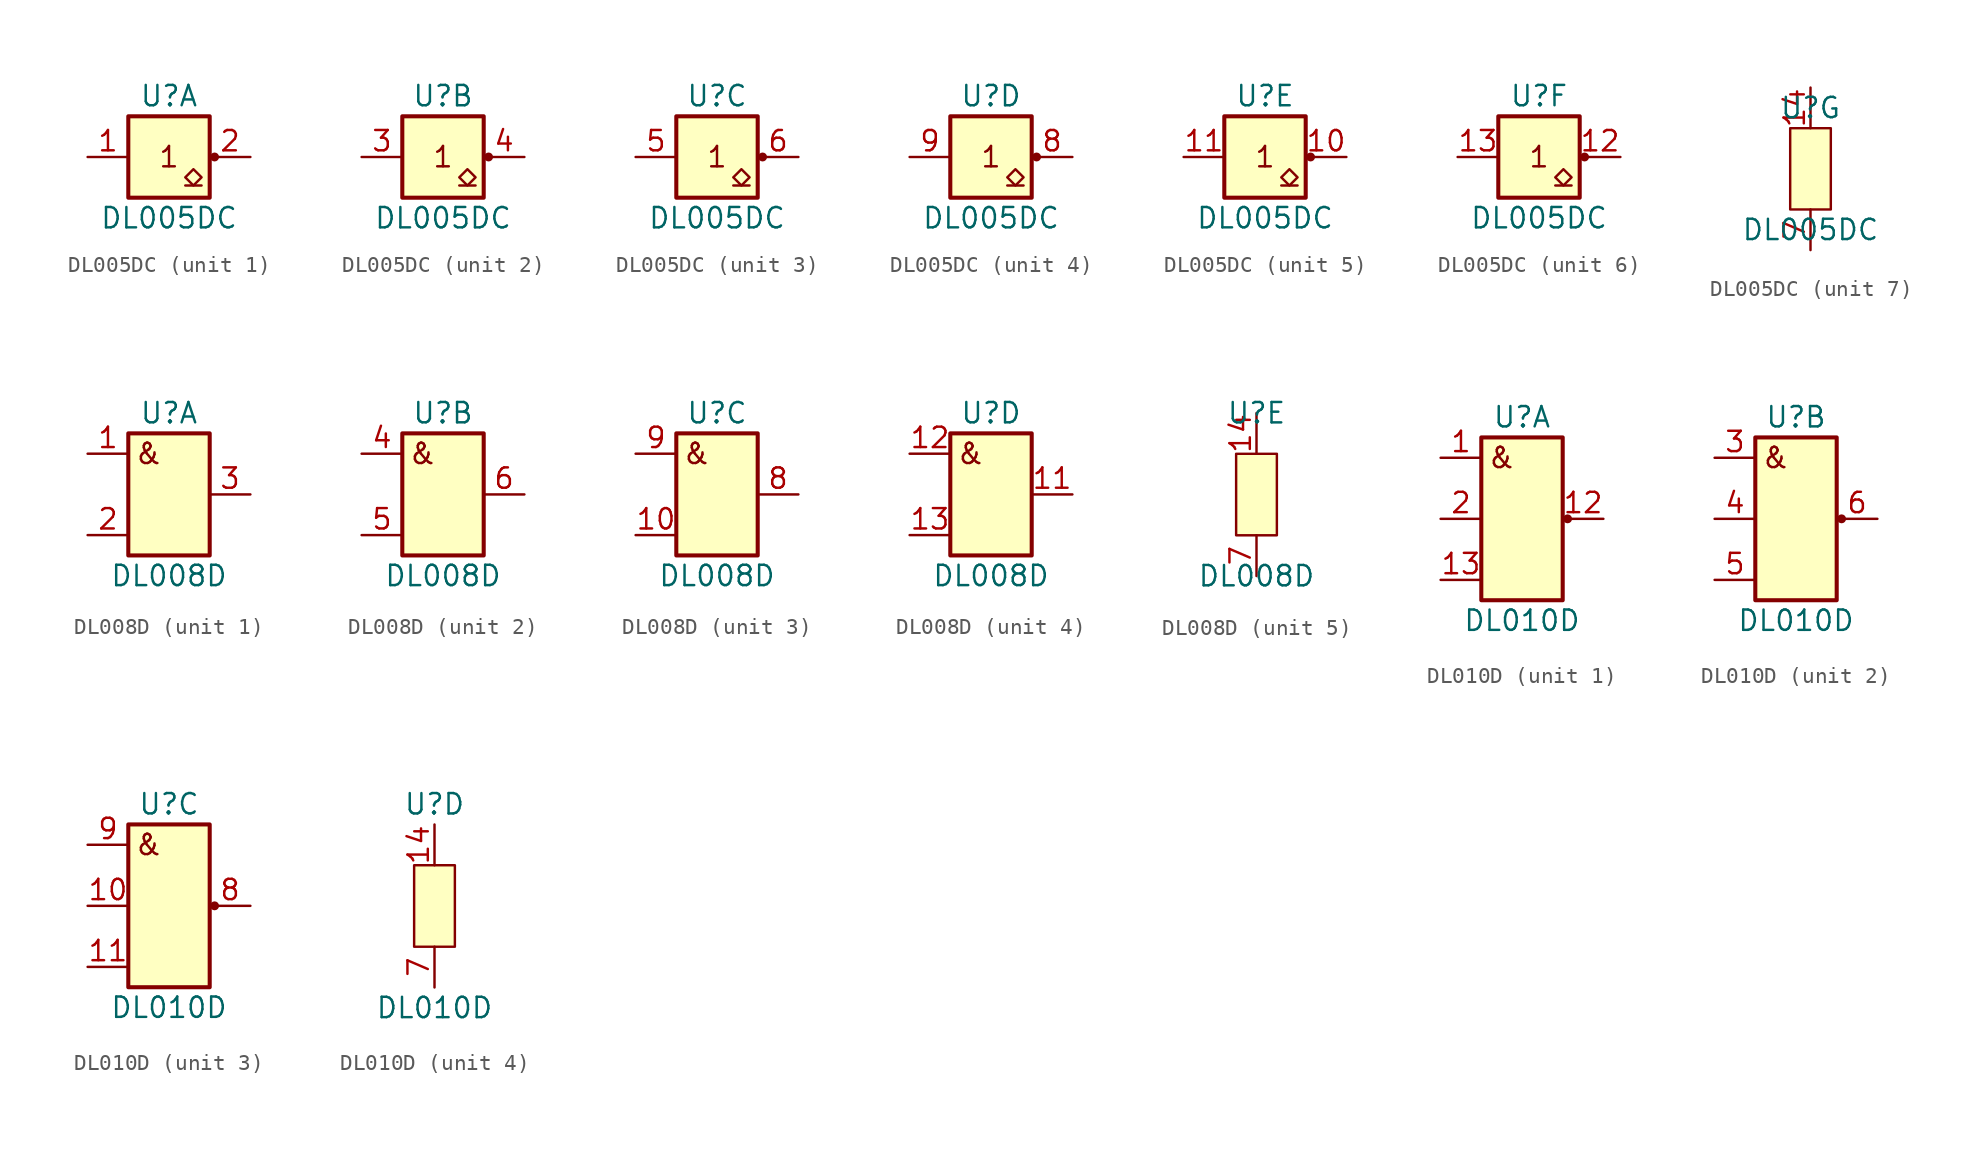
<source format=kicad_sym>
(kicad_symbol_lib
  (version 20211014)
  (generator kicad_symbol_editor)
  (symbol "DL005DC"
    (pin_names
      (offset 1.016) hide)
    (property "Reference" "U"
      (at 0 3.81 0)
      (effects (font (size 1.27 1.27))))
    (property "Value" "DL005DC"
      (at 0 -3.81 0)
      (effects (font (size 1.27 1.27))))
    (property "ki_locked" ""
      (at 0 0 0)
      (effects (font (size 1.27 1.27))))
    (symbol "DL005DC_1_0"
      (pin open_collector line (at 5.08 0 180) (length 2.54) (name "Y1" (effects (font (size 1.27 1.27)))) (number "2" (effects (font (size 1.27 1.27))))))
    (symbol "DL005DC_1_1"
      (rectangle (start -2.54 2.54) (end 2.54 -2.54) (stroke (width 0.254) (type default) (color 0 0 0 0)) (fill (type background)))
      (polyline (pts (xy 1.016 -1.778) (xy 2.032 -1.778)) (stroke (width 0) (type default) (color 0 0 0 0)) (fill (type none)))
      (polyline (pts (xy 1.524 -1.778) (xy 2.032 -1.27) (xy 1.524 -0.762) (xy 1.016 -1.27) (xy 1.524 -1.778)) (stroke (width 0) (type default) (color 0 0 0 0)) (fill (type none)))
      (circle (center 2.845 0) (radius 0.203) (stroke (width 0) (type default) (color 0 0 0 0)) (fill (type outline)))
      (text "1" (at 0 0 0) (effects (font (size 1.27 1.27))))
      (pin input line (at -5.08 0 0) (length 2.54) (name "A1" (effects (font (size 1.27 1.27)))) (number "1" (effects (font (size 1.27 1.27))))))
    (symbol "DL005DC_2_1"
      (rectangle (start -2.54 2.54) (end 2.54 -2.54) (stroke (width 0.254) (type default) (color 0 0 0 0)) (fill (type background)))
      (polyline (pts (xy 1.016 -1.778) (xy 2.032 -1.778)) (stroke (width 0) (type default) (color 0 0 0 0)) (fill (type none)))
      (polyline (pts (xy 1.524 -1.778) (xy 2.032 -1.27) (xy 1.524 -0.762) (xy 1.016 -1.27) (xy 1.524 -1.778)) (stroke (width 0) (type default) (color 0 0 0 0)) (fill (type none)))
      (circle (center 2.845 0) (radius 0.203) (stroke (width 0) (type default) (color 0 0 0 0)) (fill (type outline)))
      (text "1" (at 0 0 0) (effects (font (size 1.27 1.27))))
      (pin input line (at -5.08 0 0) (length 2.54) (name "A2" (effects (font (size 1.27 1.27)))) (number "3" (effects (font (size 1.27 1.27)))))
      (pin open_collector line (at 5.08 0 180) (length 2.54) (name "Y2" (effects (font (size 1.27 1.27)))) (number "4" (effects (font (size 1.27 1.27))))))
    (symbol "DL005DC_3_1"
      (rectangle (start -2.54 2.54) (end 2.54 -2.54) (stroke (width 0.254) (type default) (color 0 0 0 0)) (fill (type background)))
      (polyline (pts (xy 1.016 -1.778) (xy 2.032 -1.778)) (stroke (width 0) (type default) (color 0 0 0 0)) (fill (type none)))
      (polyline (pts (xy 1.524 -1.778) (xy 2.032 -1.27) (xy 1.524 -0.762) (xy 1.016 -1.27) (xy 1.524 -1.778)) (stroke (width 0) (type default) (color 0 0 0 0)) (fill (type none)))
      (circle (center 2.845 0) (radius 0.203) (stroke (width 0) (type default) (color 0 0 0 0)) (fill (type outline)))
      (text "1" (at 0 0 0) (effects (font (size 1.27 1.27))))
      (pin input line (at -5.08 0 0) (length 2.54) (name "A3" (effects (font (size 1.27 1.27)))) (number "5" (effects (font (size 1.27 1.27)))))
      (pin open_collector line (at 5.08 0 180) (length 2.54) (name "Y3" (effects (font (size 1.27 1.27)))) (number "6" (effects (font (size 1.27 1.27))))))
    (symbol "DL005DC_4_1"
      (rectangle (start -2.54 2.54) (end 2.54 -2.54) (stroke (width 0.254) (type default) (color 0 0 0 0)) (fill (type background)))
      (polyline (pts (xy 1.016 -1.778) (xy 2.032 -1.778)) (stroke (width 0) (type default) (color 0 0 0 0)) (fill (type none)))
      (polyline (pts (xy 1.524 -1.778) (xy 2.032 -1.27) (xy 1.524 -0.762) (xy 1.016 -1.27) (xy 1.524 -1.778)) (stroke (width 0) (type default) (color 0 0 0 0)) (fill (type none)))
      (circle (center 2.845 0) (radius 0.203) (stroke (width 0) (type default) (color 0 0 0 0)) (fill (type outline)))
      (text "1" (at 0 0 0) (effects (font (size 1.27 1.27))))
      (pin open_collector line (at 5.08 0 180) (length 2.54) (name "Y4" (effects (font (size 1.27 1.27)))) (number "8" (effects (font (size 1.27 1.27)))))
      (pin input line (at -5.08 0 0) (length 2.54) (name "A4" (effects (font (size 1.27 1.27)))) (number "9" (effects (font (size 1.27 1.27))))))
    (symbol "DL005DC_5_1"
      (rectangle (start -2.54 2.54) (end 2.54 -2.54) (stroke (width 0.254) (type default) (color 0 0 0 0)) (fill (type background)))
      (polyline (pts (xy 1.016 -1.778) (xy 2.032 -1.778)) (stroke (width 0) (type default) (color 0 0 0 0)) (fill (type none)))
      (polyline (pts (xy 1.524 -1.778) (xy 2.032 -1.27) (xy 1.524 -0.762) (xy 1.016 -1.27) (xy 1.524 -1.778)) (stroke (width 0) (type default) (color 0 0 0 0)) (fill (type none)))
      (circle (center 2.845 0) (radius 0.203) (stroke (width 0) (type default) (color 0 0 0 0)) (fill (type outline)))
      (text "1" (at 0 0 0) (effects (font (size 1.27 1.27))))
      (pin open_collector line (at 5.08 0 180) (length 2.54) (name "Y5" (effects (font (size 1.27 1.27)))) (number "10" (effects (font (size 1.27 1.27)))))
      (pin input line (at -5.08 0 0) (length 2.54) (name "A5" (effects (font (size 1.27 1.27)))) (number "11" (effects (font (size 1.27 1.27))))))
    (symbol "DL005DC_6_1"
      (rectangle (start -2.54 2.54) (end 2.54 -2.54) (stroke (width 0.254) (type default) (color 0 0 0 0)) (fill (type background)))
      (polyline (pts (xy 1.016 -1.778) (xy 2.032 -1.778)) (stroke (width 0) (type default) (color 0 0 0 0)) (fill (type none)))
      (polyline (pts (xy 1.524 -1.778) (xy 2.032 -1.27) (xy 1.524 -0.762) (xy 1.016 -1.27) (xy 1.524 -1.778)) (stroke (width 0) (type default) (color 0 0 0 0)) (fill (type none)))
      (circle (center 2.845 0) (radius 0.203) (stroke (width 0) (type default) (color 0 0 0 0)) (fill (type outline)))
      (text "1" (at 0 0 0) (effects (font (size 1.27 1.27))))
      (pin open_collector line (at 5.08 0 180) (length 2.54) (name "Y6" (effects (font (size 1.27 1.27)))) (number "12" (effects (font (size 1.27 1.27)))))
      (pin input line (at -5.08 0 0) (length 2.54) (name "A6" (effects (font (size 1.27 1.27)))) (number "13" (effects (font (size 1.27 1.27))))))
    (symbol "DL005DC_7_1"
      (rectangle (start -1.27 2.54) (end 1.27 -2.54) (stroke (width 0) (type default) (color 0 0 0 0)) (fill (type background)))
      (pin power_in line (at 0 5.08 270) (length 2.54) (name "Vcc" (effects (font (size 1.27 1.27)))) (number "14" (effects (font (size 1.27 1.27)))))
      (pin power_in line (at 0 -5.08 90) (length 2.54) (name "GND" (effects (font (size 1.27 1.27)))) (number "7" (effects (font (size 1.27 1.27)))))))
  (symbol "DL008D"
    (pin_names
      (offset 1.016) hide)
    (property "Reference" "U"
      (at 0 5.08 0)
      (effects (font (size 1.27 1.27))))
    (property "Value" "DL008D"
      (at 0 -5.08 0)
      (effects (font (size 1.27 1.27))))
    (property "ki_locked" ""
      (at 0 0 0)
      (effects (font (size 1.27 1.27))))
    (symbol "DL008D_1_0"
      (pin output line (at 5.08 0 180) (length 2.54) (name "Y1" (effects (font (size 1.27 1.27)))) (number "3" (effects (font (size 1.27 1.27))))))
    (symbol "DL008D_1_1"
      (rectangle (start -2.54 3.81) (end 2.54 -3.81) (stroke (width 0.254) (type default) (color 0 0 0 0)) (fill (type background)))
      (text "&" (at -1.27 2.54 0) (effects (font (size 1.27 1.27))))
      (pin input line (at -5.08 2.54 0) (length 2.54) (name "A1" (effects (font (size 1.27 1.27)))) (number "1" (effects (font (size 1.27 1.27)))))
      (pin input line (at -5.08 -2.54 0) (length 2.54) (name "B1" (effects (font (size 1.27 1.27)))) (number "2" (effects (font (size 1.27 1.27))))))
    (symbol "DL008D_2_0"
      (pin input line (at -5.08 2.54 0) (length 2.54) (name "A2" (effects (font (size 1.27 1.27)))) (number "4" (effects (font (size 1.27 1.27)))))
      (pin input line (at -5.08 -2.54 0) (length 2.54) (name "B2" (effects (font (size 1.27 1.27)))) (number "5" (effects (font (size 1.27 1.27)))))
      (pin output line (at 5.08 0 180) (length 2.54) (name "Y2" (effects (font (size 1.27 1.27)))) (number "6" (effects (font (size 1.27 1.27))))))
    (symbol "DL008D_2_1"
      (rectangle (start -2.54 3.81) (end 2.54 -3.81) (stroke (width 0.254) (type default) (color 0 0 0 0)) (fill (type background)))
      (text "&" (at -1.27 2.54 0) (effects (font (size 1.27 1.27)))))
    (symbol "DL008D_3_0"
      (pin output line (at 5.08 0 180) (length 2.54) (name "Y3" (effects (font (size 1.27 1.27)))) (number "8" (effects (font (size 1.27 1.27))))))
    (symbol "DL008D_3_1"
      (rectangle (start -2.54 3.81) (end 2.54 -3.81) (stroke (width 0.254) (type default) (color 0 0 0 0)) (fill (type background)))
      (text "&" (at -1.27 2.54 0) (effects (font (size 1.27 1.27))))
      (pin input line (at -5.08 -2.54 0) (length 2.54) (name "B3" (effects (font (size 1.27 1.27)))) (number "10" (effects (font (size 1.27 1.27)))))
      (pin input line (at -5.08 2.54 0) (length 2.54) (name "A3" (effects (font (size 1.27 1.27)))) (number "9" (effects (font (size 1.27 1.27))))))
    (symbol "DL008D_4_0"
      (pin output line (at 5.08 0 180) (length 2.54) (name "Y4" (effects (font (size 1.27 1.27)))) (number "11" (effects (font (size 1.27 1.27))))))
    (symbol "DL008D_4_1"
      (rectangle (start -2.54 3.81) (end 2.54 -3.81) (stroke (width 0.254) (type default) (color 0 0 0 0)) (fill (type background)))
      (text "&" (at -1.27 2.54 0) (effects (font (size 1.27 1.27))))
      (pin input line (at -5.08 2.54 0) (length 2.54) (name "A4" (effects (font (size 1.27 1.27)))) (number "12" (effects (font (size 1.27 1.27)))))
      (pin input line (at -5.08 -2.54 0) (length 2.54) (name "B4" (effects (font (size 1.27 1.27)))) (number "13" (effects (font (size 1.27 1.27))))))
    (symbol "DL008D_5_1"
      (rectangle (start -1.27 2.54) (end 1.27 -2.54) (stroke (width 0) (type default) (color 0 0 0 0)) (fill (type background)))
      (pin power_in line (at 0 5.08 270) (length 2.54) (name "Vcc" (effects (font (size 1.27 1.27)))) (number "14" (effects (font (size 1.27 1.27)))))
      (pin power_in line (at 0 -5.08 90) (length 2.54) (name "GND" (effects (font (size 1.27 1.27)))) (number "7" (effects (font (size 1.27 1.27)))))))
  (symbol "DL010D"
    (pin_names
      (offset 1.016) hide)
    (property "Reference" "U"
      (at 0 6.35 0)
      (effects (font (size 1.27 1.27))))
    (property "Value" "DL010D"
      (at 0 -6.35 0)
      (effects (font (size 1.27 1.27))))
    (property "ki_locked" ""
      (at 0 0 0)
      (effects (font (size 1.27 1.27))))
    (symbol "DL010D_1_0"
      (pin output line (at 5.08 0 180) (length 2.54) (name "Y1" (effects (font (size 1.27 1.27)))) (number "12" (effects (font (size 1.27 1.27))))))
    (symbol "DL010D_1_1"
      (rectangle (start -2.54 5.08) (end 2.54 -5.08) (stroke (width 0.254) (type default) (color 0 0 0 0)) (fill (type background)))
      (circle (center 2.845 0) (radius 0.203) (stroke (width 0) (type default) (color 0 0 0 0)) (fill (type outline)))
      (text "&" (at -1.27 3.81 0) (effects (font (size 1.27 1.27))))
      (pin input line (at -5.08 3.81 0) (length 2.54) (name "A1" (effects (font (size 1.27 1.27)))) (number "1" (effects (font (size 1.27 1.27)))))
      (pin input line (at -5.08 -3.81 0) (length 2.54) (name "C1" (effects (font (size 1.27 1.27)))) (number "13" (effects (font (size 1.27 1.27)))))
      (pin input line (at -5.08 0 0) (length 2.54) (name "B1" (effects (font (size 1.27 1.27)))) (number "2" (effects (font (size 1.27 1.27))))))
    (symbol "DL010D_2_1"
      (rectangle (start -2.54 5.08) (end 2.54 -5.08) (stroke (width 0.254) (type default) (color 0 0 0 0)) (fill (type background)))
      (circle (center 2.845 0) (radius 0.203) (stroke (width 0) (type default) (color 0 0 0 0)) (fill (type outline)))
      (text "&" (at -1.27 3.81 0) (effects (font (size 1.27 1.27))))
      (pin input line (at -5.08 3.81 0) (length 2.54) (name "A2" (effects (font (size 1.27 1.27)))) (number "3" (effects (font (size 1.27 1.27)))))
      (pin input line (at -5.08 0 0) (length 2.54) (name "B2" (effects (font (size 1.27 1.27)))) (number "4" (effects (font (size 1.27 1.27)))))
      (pin input line (at -5.08 -3.81 0) (length 2.54) (name "C2" (effects (font (size 1.27 1.27)))) (number "5" (effects (font (size 1.27 1.27)))))
      (pin output line (at 5.08 0 180) (length 2.54) (name "Y2" (effects (font (size 1.27 1.27)))) (number "6" (effects (font (size 1.27 1.27))))))
    (symbol "DL010D_3_1"
      (rectangle (start -2.54 5.08) (end 2.54 -5.08) (stroke (width 0.254) (type default) (color 0 0 0 0)) (fill (type background)))
      (circle (center 2.845 0) (radius 0.203) (stroke (width 0) (type default) (color 0 0 0 0)) (fill (type outline)))
      (text "&" (at -1.27 3.81 0) (effects (font (size 1.27 1.27))))
      (pin input line (at -5.08 0 0) (length 2.54) (name "B3" (effects (font (size 1.27 1.27)))) (number "10" (effects (font (size 1.27 1.27)))))
      (pin input line (at -5.08 -3.81 0) (length 2.54) (name "C3" (effects (font (size 1.27 1.27)))) (number "11" (effects (font (size 1.27 1.27)))))
      (pin output line (at 5.08 0 180) (length 2.54) (name "Y3" (effects (font (size 1.27 1.27)))) (number "8" (effects (font (size 1.27 1.27)))))
      (pin input line (at -5.08 3.81 0) (length 2.54) (name "A3" (effects (font (size 1.27 1.27)))) (number "9" (effects (font (size 1.27 1.27))))))
    (symbol "DL010D_4_1"
      (rectangle (start -1.27 2.54) (end 1.27 -2.54) (stroke (width 0) (type default) (color 0 0 0 0)) (fill (type background)))
      (pin power_in line (at 0 5.08 270) (length 2.54) (name "Vcc" (effects (font (size 1.27 1.27)))) (number "14" (effects (font (size 1.27 1.27)))))
      (pin power_in line (at 0 -5.08 90) (length 2.54) (name "GND" (effects (font (size 1.27 1.27)))) (number "7" (effects (font (size 1.27 1.27))))))))
</source>
